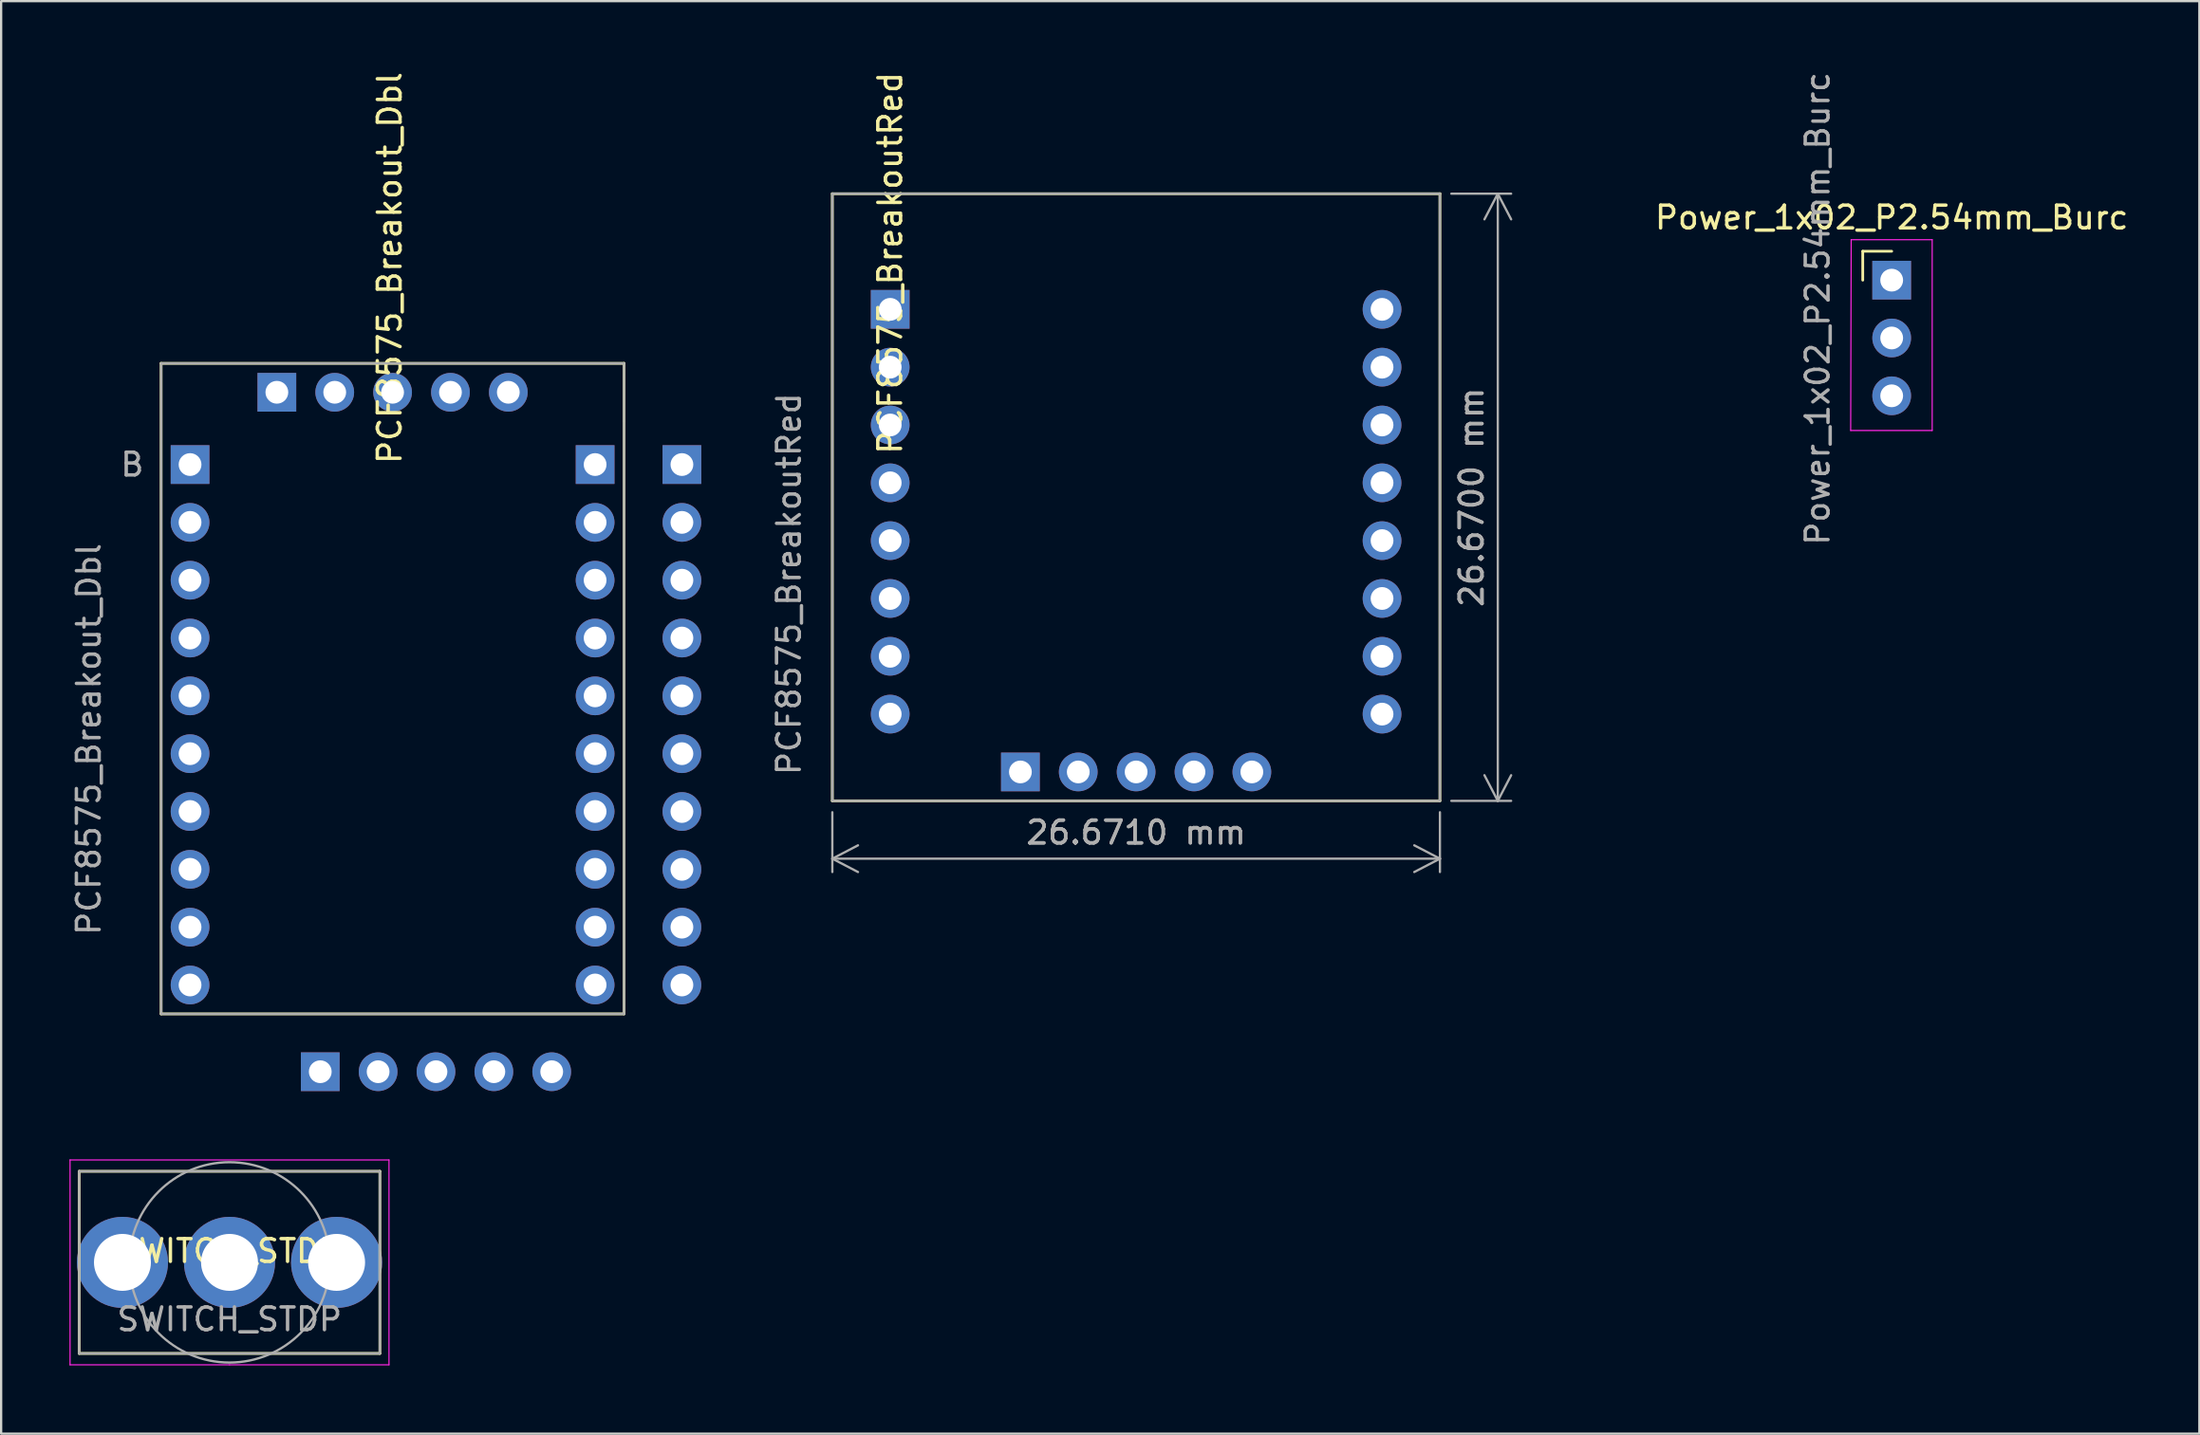
<source format=kicad_pcb>
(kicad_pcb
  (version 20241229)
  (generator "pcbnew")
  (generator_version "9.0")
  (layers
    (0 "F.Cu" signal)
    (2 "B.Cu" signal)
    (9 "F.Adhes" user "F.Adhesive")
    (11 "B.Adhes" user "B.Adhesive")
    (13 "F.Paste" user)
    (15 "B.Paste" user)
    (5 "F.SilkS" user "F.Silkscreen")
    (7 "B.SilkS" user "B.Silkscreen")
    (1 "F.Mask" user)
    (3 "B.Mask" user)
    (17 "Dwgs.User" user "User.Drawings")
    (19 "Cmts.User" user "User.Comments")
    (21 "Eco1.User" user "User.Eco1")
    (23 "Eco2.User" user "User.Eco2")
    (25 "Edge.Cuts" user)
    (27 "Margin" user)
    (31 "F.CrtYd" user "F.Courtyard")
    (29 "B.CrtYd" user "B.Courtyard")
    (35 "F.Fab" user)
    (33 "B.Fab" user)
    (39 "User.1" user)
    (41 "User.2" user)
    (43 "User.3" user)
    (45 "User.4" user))
  (footprint "SWITCH_STDP"
    (layer "F.Cu")
    (at 7.025 52.401)
    (property "Reference" "SWITCH_STDP" (at 0 -0.5 0) (unlocked yes) (layer "F.SilkS") (effects (font (size 1 1) (thickness 0.15))))
    (attr through_hole)
    (fp_line (start -6.6 -4) (end -6.6 4) (stroke (width 0.12) (type solid)) (layer "F.SilkS"))
    (fp_line (start -6.6 4) (end 6.6 4) (stroke (width 0.12) (type solid)) (layer "F.SilkS"))
    (fp_line (start 6.6 -4) (end -6.6 -4) (stroke (width 0.12) (type solid)) (layer "F.SilkS"))
    (fp_line (start 6.6 4) (end 6.6 -4) (stroke (width 0.12) (type solid)) (layer "F.SilkS"))
    (fp_line (start -7 -4.5) (end -7 4.5) (stroke (width 0.05) (type solid)) (layer "F.CrtYd"))
    (fp_line (start -7 4.5) (end 0 4.5) (stroke (width 0.05) (type solid)) (layer "F.CrtYd"))
    (fp_line (start 0 4.5) (end 7 4.5) (stroke (width 0.05) (type solid)) (layer "F.CrtYd"))
    (fp_line (start 7 -4.5) (end -7 -4.5) (stroke (width 0.05) (type solid)) (layer "F.CrtYd"))
    (fp_line (start 7 4.5) (end 7 -4.5) (stroke (width 0.05) (type solid)) (layer "F.CrtYd"))
    (fp_line (start -6.6 -4) (end -6.6 4) (stroke (width 0.1) (type solid)) (layer "F.Fab"))
    (fp_line (start -6.6 -4) (end 6.6 -4) (stroke (width 0.1) (type solid)) (layer "F.Fab"))
    (fp_line (start -6.6 4) (end 6.6 4) (stroke (width 0.1) (type solid)) (layer "F.Fab"))
    (fp_line (start 6.6 -4) (end 6.6 4) (stroke (width 0.1) (type solid)) (layer "F.Fab"))
    (fp_circle (center 0 0) (end 4.4 0) (stroke (width 0.1) (type solid)) (fill no) (layer "F.Fab"))
    (fp_text user "${REFERENCE}" (at 0 2.5 0) (unlocked yes) (layer "F.Fab") (effects (font (size 1 1) (thickness 0.15))))
    (pad "1" thru_hole circle (at -4.7 0) (size 4 4) (drill 2.5) (layers "*.Cu" "*.Mask"))
    (pad "2" thru_hole circle (at 0 0) (size 4 4) (drill 2.5) (layers "*.Cu" "*.Mask"))
    (pad "3" thru_hole circle (at 4.7 0) (size 4 4) (drill 2.5) (layers "*.Cu" "*.Mask")))
  (footprint "PCF8575_Breakout_Dbl"
    (layer "F.Cu")
    (at 5.293 17.356)
    (property "Reference" "PCF8575_Breakout_Dbl" (at 8.763 -8.636 90) (layer "F.SilkS") (effects (font (size 1 1) (thickness 0.15))))
    (attr through_hole)
    (fp_line (start -1.27 -4.445) (end -1.27 24.13) (stroke (width 0.12) (type default)) (layer "F.SilkS"))
    (fp_line (start -1.27 24.13) (end 19.05 24.13) (stroke (width 0.12) (type default)) (layer "F.SilkS"))
    (fp_line (start 19.05 -4.445) (end -1.27 -4.445) (stroke (width 0.12) (type default)) (layer "F.SilkS"))
    (fp_line (start 19.05 -1.905) (end 19.05 -4.445) (stroke (width 0.12) (type default)) (layer "F.SilkS"))
    (fp_line (start 19.05 24.13) (end 19.05 -1.905) (stroke (width 0.12) (type default)) (layer "F.SilkS"))
    (fp_line (start -1.27 -4.445) (end -1.27 24.13) (stroke (width 0.1) (type solid)) (layer "F.Fab"))
    (fp_line (start -1.27 -4.445) (end 19.05 -4.445) (stroke (width 0.1) (type solid)) (layer "F.Fab"))
    (fp_line (start -1.27 24.13) (end 19.05 24.13) (stroke (width 0.1) (type solid)) (layer "F.Fab"))
    (fp_line (start 19.05 24.13) (end 19.05 -4.445) (stroke (width 0.1) (type solid)) (layer "F.Fab"))
    (fp_text user "B" (at -2.54 0 180) (layer "F.Fab") (effects (font (size 1 1) (thickness 0.15))))
    (fp_text user "${REFERENCE}" (at -4.445 12.065 90) (layer "F.Fab") (effects (font (size 1 1) (thickness 0.15))))
    (pad "1" thru_hole rect (at 0 0) (size 1.7 1.7) (drill 1) (layers "*.Cu" "*.Mask"))
    (pad "2" thru_hole oval (at 0 2.54) (size 1.7 1.7) (drill 1) (layers "*.Cu" "*.Mask"))
    (pad "3" thru_hole oval (at 0 5.08) (size 1.7 1.7) (drill 1) (layers "*.Cu" "*.Mask"))
    (pad "4" thru_hole oval (at 0 7.62) (size 1.7 1.7) (drill 1) (layers "*.Cu" "*.Mask"))
    (pad "5" thru_hole oval (at 0 10.16) (size 1.7 1.7) (drill 1) (layers "*.Cu" "*.Mask"))
    (pad "6" thru_hole oval (at 0 12.7) (size 1.7 1.7) (drill 1) (layers "*.Cu" "*.Mask"))
    (pad "7" thru_hole oval (at 0 15.24) (size 1.7 1.7) (drill 1) (layers "*.Cu" "*.Mask"))
    (pad "8" thru_hole oval (at 0 17.78) (size 1.7 1.7) (drill 1) (layers "*.Cu" "*.Mask"))
    (pad "9" thru_hole oval (at 0 20.32) (size 1.7 1.7) (drill 1) (layers "*.Cu" "*.Mask"))
    (pad "10" thru_hole oval (at 0 22.86) (size 1.7 1.7) (drill 1) (layers "*.Cu" "*.Mask"))
    (pad "11" thru_hole oval (at 17.78 22.86) (size 1.7 1.7) (drill 1) (layers "*.Cu" "*.Mask"))
    (pad "11" thru_hole oval (at 21.59 22.86) (size 1.7 1.7) (drill 1) (layers "*.Cu" "*.Mask"))
    (pad "12" thru_hole oval (at 17.78 20.32) (size 1.7 1.7) (drill 1) (layers "*.Cu" "*.Mask"))
    (pad "12" thru_hole oval (at 21.59 20.32) (size 1.7 1.7) (drill 1) (layers "*.Cu" "*.Mask"))
    (pad "13" thru_hole oval (at 17.78 17.78) (size 1.7 1.7) (drill 1) (layers "*.Cu" "*.Mask"))
    (pad "13" thru_hole oval (at 21.59 17.78) (size 1.7 1.7) (drill 1) (layers "*.Cu" "*.Mask"))
    (pad "14" thru_hole oval (at 17.78 15.24) (size 1.7 1.7) (drill 1) (layers "*.Cu" "*.Mask"))
    (pad "14" thru_hole oval (at 21.59 15.24) (size 1.7 1.7) (drill 1) (layers "*.Cu" "*.Mask"))
    (pad "15" thru_hole oval (at 17.78 12.7) (size 1.7 1.7) (drill 1) (layers "*.Cu" "*.Mask"))
    (pad "15" thru_hole oval (at 21.59 12.7) (size 1.7 1.7) (drill 1) (layers "*.Cu" "*.Mask"))
    (pad "16" thru_hole oval (at 17.78 10.16) (size 1.7 1.7) (drill 1) (layers "*.Cu" "*.Mask"))
    (pad "16" thru_hole oval (at 21.59 10.16) (size 1.7 1.7) (drill 1) (layers "*.Cu" "*.Mask"))
    (pad "17" thru_hole oval (at 17.78 7.62) (size 1.7 1.7) (drill 1) (layers "*.Cu" "*.Mask"))
    (pad "17" thru_hole oval (at 21.59 7.62) (size 1.7 1.7) (drill 1) (layers "*.Cu" "*.Mask"))
    (pad "18" thru_hole oval (at 17.78 5.08) (size 1.7 1.7) (drill 1) (layers "*.Cu" "*.Mask"))
    (pad "18" thru_hole oval (at 21.59 5.08) (size 1.7 1.7) (drill 1) (layers "*.Cu" "*.Mask"))
    (pad "19" thru_hole oval (at 17.78 2.54) (size 1.7 1.7) (drill 1) (layers "*.Cu" "*.Mask"))
    (pad "19" thru_hole oval (at 21.59 2.54) (size 1.7 1.7) (drill 1) (layers "*.Cu" "*.Mask"))
    (pad "20" thru_hole rect (at 17.78 0) (size 1.7 1.7) (drill 1) (layers "*.Cu" "*.Mask"))
    (pad "20" thru_hole rect (at 21.59 0) (size 1.7 1.7) (drill 1) (layers "*.Cu" "*.Mask"))
    (pad "21" thru_hole rect (at 3.81 -3.175 90) (size 1.7 1.7) (drill 1) (layers "*.Cu" "*.Mask"))
    (pad "22" thru_hole oval (at 6.35 -3.175 90) (size 1.7 1.7) (drill 1) (layers "*.Cu" "*.Mask"))
    (pad "22" thru_hole oval (at 10.795 26.67 90) (size 1.7 1.7) (drill 1) (layers "*.Cu" "*.Mask"))
    (pad "23" thru_hole oval (at 8.255 26.67 90) (size 1.7 1.7) (drill 1) (layers "*.Cu" "*.Mask"))
    (pad "23" thru_hole oval (at 8.89 -3.175 90) (size 1.7 1.7) (drill 1) (layers "*.Cu" "*.Mask"))
    (pad "24" thru_hole rect (at 5.715 26.67 90) (size 1.7 1.7) (drill 1) (layers "*.Cu" "*.Mask"))
    (pad "24" thru_hole oval (at 11.43 -3.175 90) (size 1.7 1.7) (drill 1) (layers "*.Cu" "*.Mask"))
    (pad "25" thru_hole oval (at 13.97 -3.175 90) (size 1.7 1.7) (drill 1) (layers "*.Cu" "*.Mask"))
    (pad "25" thru_hole oval (at 15.875 26.67 90) (size 1.7 1.7) (drill 1) (layers "*.Cu" "*.Mask"))
    (pad "26" thru_hole oval (at 13.335 26.67 90) (size 1.7 1.7) (drill 1) (layers "*.Cu" "*.Mask")))
  (footprint "Power_1x02_P2.54mm_Burc"
    (layer "F.Cu")
    (at 79.987 9.256)
    (property "Reference" "Power_1x02_P2.54mm_Burc" (at 0 -2.75 0) (layer "F.SilkS") (effects (font (size 1 1) (thickness 0.15))))
    (attr through_hole)
    (fp_line (start -1.27 -1.27) (end 0 -1.27) (stroke (width 0.12) (type solid)) (layer "F.SilkS"))
    (fp_line (start -1.27 0) (end -1.27 -1.27) (stroke (width 0.12) (type solid)) (layer "F.SilkS"))
    (fp_line (start -1.8 6.604) (end 1.778 6.604) (stroke (width 0.05) (type solid)) (layer "F.CrtYd"))
    (fp_line (start -1.778 -1.778) (end -1.8 6.604) (stroke (width 0.05) (type solid)) (layer "F.CrtYd"))
    (fp_line (start 1.778 -1.778) (end -1.778 -1.778) (stroke (width 0.05) (type solid)) (layer "F.CrtYd"))
    (fp_line (start 1.778 6.604) (end 1.778 -1.778) (stroke (width 0.05) (type solid)) (layer "F.CrtYd"))
    (fp_line (start -0.32 -0.32) (end -0.32 0.32) (stroke (width 0.1) (type solid)) (layer "F.Fab"))
    (fp_line (start -0.32 2.22) (end -0.32 2.86) (stroke (width 0.1) (type solid)) (layer "F.Fab"))
    (fp_text user "${REFERENCE}" (at -3.25 1.25 270) (layer "F.Fab") (effects (font (size 1 1) (thickness 0.15))))
    (pad "1" thru_hole rect (at 0 0) (size 1.7 1.7) (drill 1) (layers "*.Cu" "*.Mask"))
    (pad "2" thru_hole oval (at 0 2.54) (size 1.7 1.7) (drill 1) (layers "*.Cu" "*.Mask"))
    (pad "3" thru_hole oval (at 0 5.08) (size 1.7 1.7) (drill 1) (layers "*.Cu" "*.Mask")))
  (footprint "PCF8575_BreakoutRed"
    (layer "F.Cu")
    (at 36.026 10.538)
    (property "Reference" "PCF8575_BreakoutRed" (at 0 -2.032 90) (layer "F.SilkS") (effects (font (size 1 1) (thickness 0.15))))
    (attr through_hole)
    (fp_line (start -2.54 -5.08) (end -2.54 21.59) (stroke (width 0.12) (type default)) (layer "F.SilkS"))
    (fp_line (start -2.54 21.59) (end 24.13 21.59) (stroke (width 0.12) (type default)) (layer "F.SilkS"))
    (fp_line (start 24.13 -5.08) (end -2.54 -5.08) (stroke (width 0.12) (type default)) (layer "F.SilkS"))
    (fp_line (start 24.13 21.59) (end 24.13 -5.08) (stroke (width 0.12) (type default)) (layer "F.SilkS"))
    (fp_line (start -2.54 -5.08) (end -2.54 21.59) (stroke (width 0.1) (type solid)) (layer "F.Fab"))
    (fp_line (start -2.54 -5.08) (end 24.13 -5.08) (stroke (width 0.1) (type solid)) (layer "F.Fab"))
    (fp_line (start -2.54 21.59) (end 24.13 21.59) (stroke (width 0.1) (type solid)) (layer "F.Fab"))
    (fp_line (start 24.13 21.59) (end 24.13 -5.08) (stroke (width 0.1) (type solid)) (layer "F.Fab"))
    (fp_text user "${REFERENCE}" (at -4.445 12.065 90) (layer "F.Fab") (effects (font (size 1 1) (thickness 0.15))))
    (dimension (type aligned) (layer "F.Fab") (pts (xy 60.157 32.128) (xy 33.486 32.128)) (height -2.54) (format (prefix "") (suffix "") (units 3) (units_format 1) (precision 4)) (style (thickness 0.1) (arrow_length 1.27) (text_position_mode 0) (arrow_direction outward) (extension_height 0.586) (extension_offset 0.5) (keep_text_aligned yes)) (gr_text "26.6700 mm" (at 46.822 33.518 0) (layer "F.Fab") (effects (font (size 1 1) (thickness 0.15)))))
    (dimension (type aligned) (layer "F.Fab") (pts (xy 60.157 32.128) (xy 60.157 5.458)) (height 2.54) (format (prefix "") (suffix "") (units 3) (units_format 1) (precision 4)) (style (thickness 0.1) (arrow_length 1.27) (text_position_mode 0) (arrow_direction outward) (extension_height 0.586) (extension_offset 0.5) (keep_text_aligned yes)) (gr_text "26.6700 mm" (at 61.547 18.793 90) (layer "F.Fab") (effects (font (size 1 1) (thickness 0.15)))))
    (pad "1" thru_hole rect (at 0 0) (size 1.7 1.7) (drill 1) (layers "*.Cu" "*.Mask"))
    (pad "2" thru_hole oval (at 0 2.54) (size 1.7 1.7) (drill 1) (layers "*.Cu" "*.Mask"))
    (pad "3" thru_hole oval (at 0 5.08) (size 1.7 1.7) (drill 1) (layers "*.Cu" "*.Mask"))
    (pad "4" thru_hole oval (at 0 7.62) (size 1.7 1.7) (drill 1) (layers "*.Cu" "*.Mask"))
    (pad "5" thru_hole oval (at 0 10.16) (size 1.7 1.7) (drill 1) (layers "*.Cu" "*.Mask"))
    (pad "6" thru_hole oval (at 0 12.7) (size 1.7 1.7) (drill 1) (layers "*.Cu" "*.Mask"))
    (pad "7" thru_hole oval (at 0 15.24) (size 1.7 1.7) (drill 1) (layers "*.Cu" "*.Mask"))
    (pad "8" thru_hole oval (at 0 17.78) (size 1.7 1.7) (drill 1) (layers "*.Cu" "*.Mask"))
    (pad "9" thru_hole oval (at 21.59 17.78) (size 1.7 1.7) (drill 1) (layers "*.Cu" "*.Mask"))
    (pad "10" thru_hole oval (at 21.59 15.24) (size 1.7 1.7) (drill 1) (layers "*.Cu" "*.Mask"))
    (pad "11" thru_hole oval (at 21.59 12.7) (size 1.7 1.7) (drill 1) (layers "*.Cu" "*.Mask"))
    (pad "12" thru_hole oval (at 21.59 10.16) (size 1.7 1.7) (drill 1) (layers "*.Cu" "*.Mask"))
    (pad "13" thru_hole oval (at 21.59 7.62) (size 1.7 1.7) (drill 1) (layers "*.Cu" "*.Mask"))
    (pad "14" thru_hole oval (at 21.59 5.08) (size 1.7 1.7) (drill 1) (layers "*.Cu" "*.Mask"))
    (pad "15" thru_hole oval (at 21.59 2.54) (size 1.7 1.7) (drill 1) (layers "*.Cu" "*.Mask"))
    (pad "16" thru_hole oval (at 21.59 0) (size 1.7 1.7) (drill 1) (layers "*.Cu" "*.Mask"))
    (pad "17" thru_hole oval (at 15.875 20.32) (size 1.7 1.7) (drill 1) (layers "*.Cu" "*.Mask"))
    (pad "18" thru_hole oval (at 13.335 20.32) (size 1.7 1.7) (drill 1) (layers "*.Cu" "*.Mask"))
    (pad "19" thru_hole oval (at 10.795 20.32) (size 1.7 1.7) (drill 1) (layers "*.Cu" "*.Mask"))
    (pad "20" thru_hole circle (at 8.255 20.32) (size 1.7 1.7) (drill 1) (layers "*.Cu" "*.Mask"))
    (pad "21" thru_hole rect (at 5.715 20.32 90) (size 1.7 1.7) (drill 1) (layers "*.Cu" "*.Mask")))
  (gr_rect
    (start -3 -3)
    (end 93.493 59.926)
    (stroke (width 0.1) (type default))
    (fill no)
    (layer "Edge.Cuts")))
</source>
